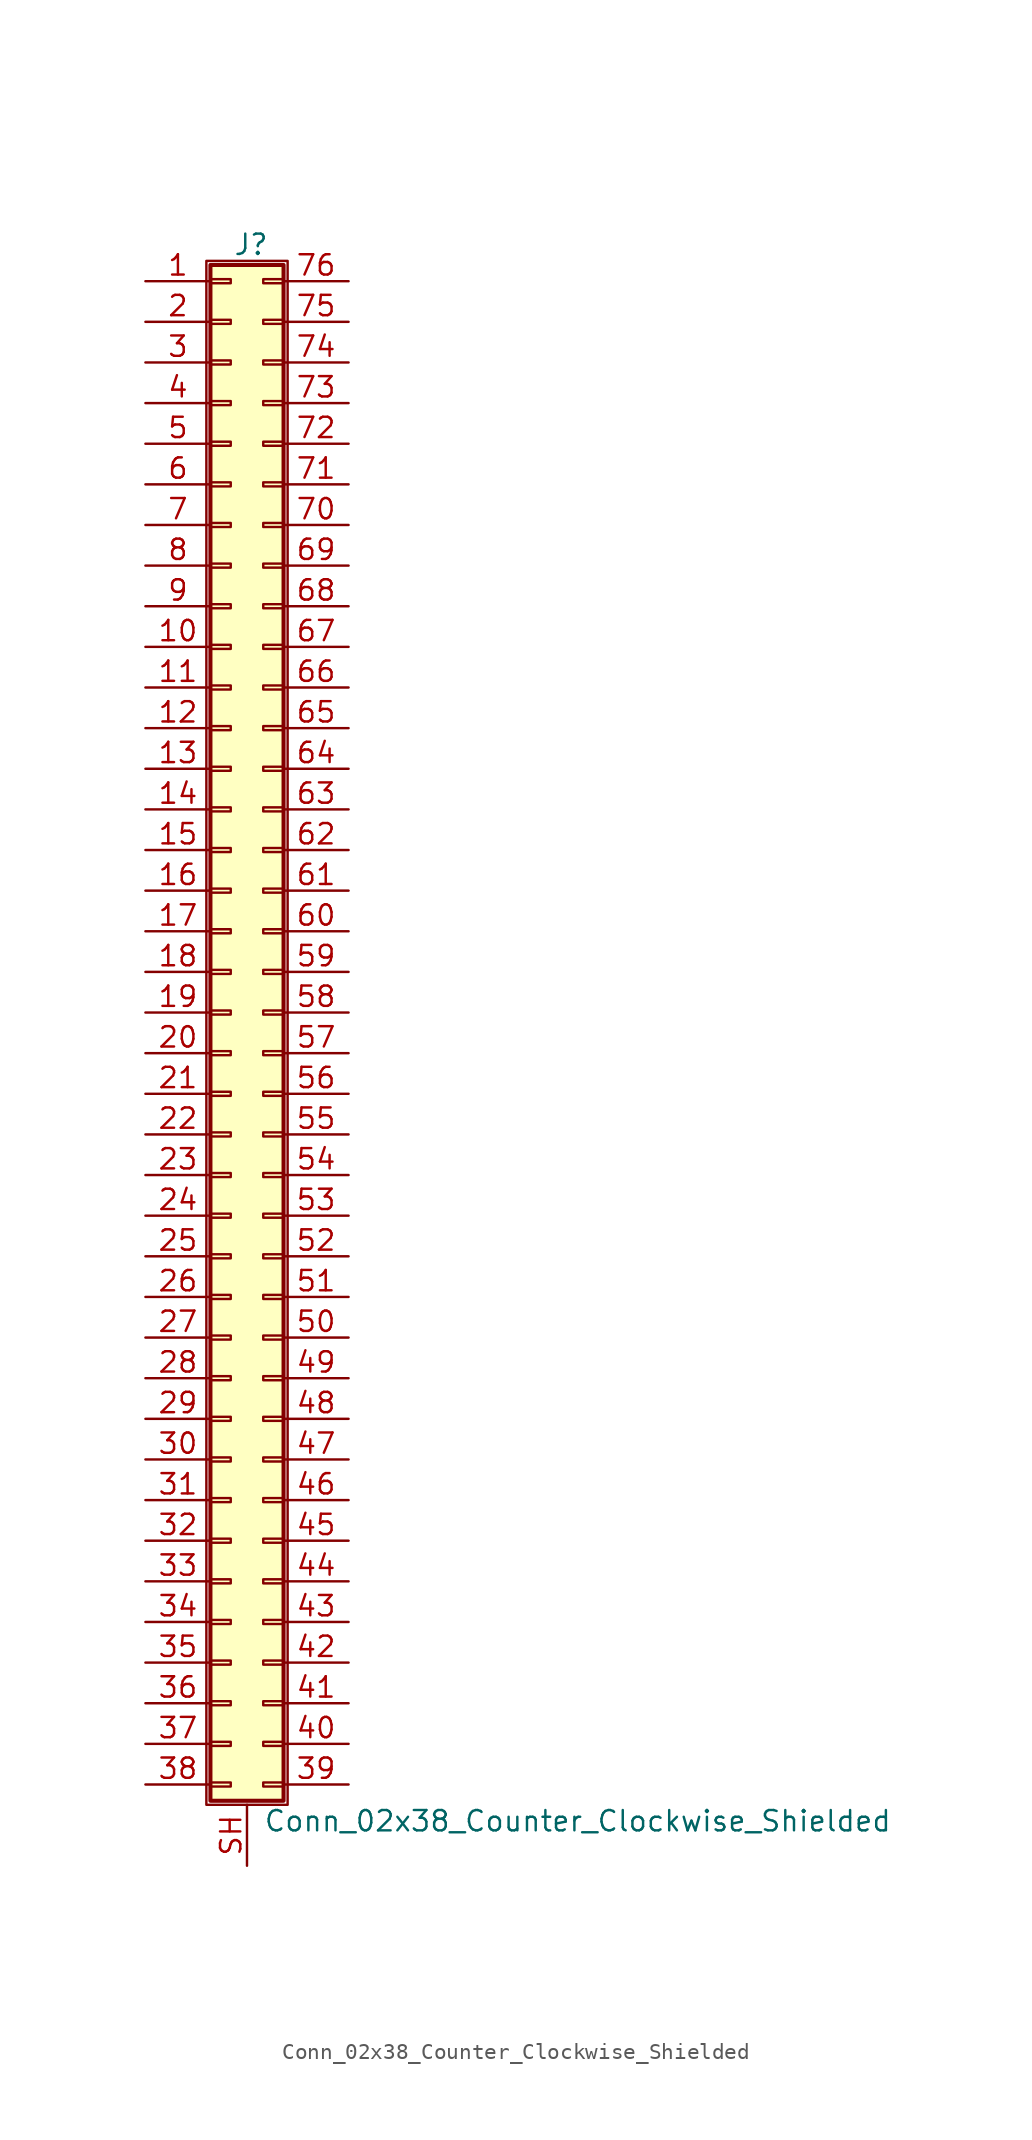
<source format=kicad_sym>
(kicad_symbol_lib
  (version 20220914)
  (generator kicad_symbol_editor)
  (symbol "Conn_02x38_Counter_Clockwise_Shielded"
    (pin_names
      (offset 1.016) hide)
    (property "Reference" "J"
      (at 1.524 48.006 0)
      (effects (font (size 1.27 1.27))))
    (property "Value" "Conn_02x38_Counter_Clockwise_Shielded"
      (at 2.286 -50.546 0)
      (effects (font (size 1.27 1.27)) (justify left)))
    (symbol "Conn_02x38_Counter_Clockwise_Shielded_1_1"
      (rectangle (start -1.27 46.99) (end 3.81 -49.53) (stroke (width 0.152) (type default)) (fill (type none)))
      (rectangle (start -1.016 -48.133) (end 0.254 -48.387) (stroke (width 0.152) (type default)) (fill (type none)))
      (rectangle (start -1.016 -45.593) (end 0.254 -45.847) (stroke (width 0.152) (type default)) (fill (type none)))
      (rectangle (start -1.016 -43.053) (end 0.254 -43.307) (stroke (width 0.152) (type default)) (fill (type none)))
      (rectangle (start -1.016 -40.513) (end 0.254 -40.767) (stroke (width 0.152) (type default)) (fill (type none)))
      (rectangle (start -1.016 -37.973) (end 0.254 -38.227) (stroke (width 0.152) (type default)) (fill (type none)))
      (rectangle (start -1.016 -35.433) (end 0.254 -35.687) (stroke (width 0.152) (type default)) (fill (type none)))
      (rectangle (start -1.016 -32.893) (end 0.254 -33.147) (stroke (width 0.152) (type default)) (fill (type none)))
      (rectangle (start -1.016 -30.353) (end 0.254 -30.607) (stroke (width 0.152) (type default)) (fill (type none)))
      (rectangle (start -1.016 -27.813) (end 0.254 -28.067) (stroke (width 0.152) (type default)) (fill (type none)))
      (rectangle (start -1.016 -25.273) (end 0.254 -25.527) (stroke (width 0.152) (type default)) (fill (type none)))
      (rectangle (start -1.016 -22.733) (end 0.254 -22.987) (stroke (width 0.152) (type default)) (fill (type none)))
      (rectangle (start -1.016 -20.193) (end 0.254 -20.447) (stroke (width 0.152) (type default)) (fill (type none)))
      (rectangle (start -1.016 -17.653) (end 0.254 -17.907) (stroke (width 0.152) (type default)) (fill (type none)))
      (rectangle (start -1.016 -15.113) (end 0.254 -15.367) (stroke (width 0.152) (type default)) (fill (type none)))
      (rectangle (start -1.016 -12.573) (end 0.254 -12.827) (stroke (width 0.152) (type default)) (fill (type none)))
      (rectangle (start -1.016 -10.033) (end 0.254 -10.287) (stroke (width 0.152) (type default)) (fill (type none)))
      (rectangle (start -1.016 -7.493) (end 0.254 -7.747) (stroke (width 0.152) (type default)) (fill (type none)))
      (rectangle (start -1.016 -4.953) (end 0.254 -5.207) (stroke (width 0.152) (type default)) (fill (type none)))
      (rectangle (start -1.016 -2.413) (end 0.254 -2.667) (stroke (width 0.152) (type default)) (fill (type none)))
      (rectangle (start -1.016 0.127) (end 0.254 -0.127) (stroke (width 0.152) (type default)) (fill (type none)))
      (rectangle (start -1.016 2.667) (end 0.254 2.413) (stroke (width 0.152) (type default)) (fill (type none)))
      (rectangle (start -1.016 5.207) (end 0.254 4.953) (stroke (width 0.152) (type default)) (fill (type none)))
      (rectangle (start -1.016 7.747) (end 0.254 7.493) (stroke (width 0.152) (type default)) (fill (type none)))
      (rectangle (start -1.016 10.287) (end 0.254 10.033) (stroke (width 0.152) (type default)) (fill (type none)))
      (rectangle (start -1.016 12.827) (end 0.254 12.573) (stroke (width 0.152) (type default)) (fill (type none)))
      (rectangle (start -1.016 15.367) (end 0.254 15.113) (stroke (width 0.152) (type default)) (fill (type none)))
      (rectangle (start -1.016 17.907) (end 0.254 17.653) (stroke (width 0.152) (type default)) (fill (type none)))
      (rectangle (start -1.016 20.447) (end 0.254 20.193) (stroke (width 0.152) (type default)) (fill (type none)))
      (rectangle (start -1.016 22.987) (end 0.254 22.733) (stroke (width 0.152) (type default)) (fill (type none)))
      (rectangle (start -1.016 25.527) (end 0.254 25.273) (stroke (width 0.152) (type default)) (fill (type none)))
      (rectangle (start -1.016 28.067) (end 0.254 27.813) (stroke (width 0.152) (type default)) (fill (type none)))
      (rectangle (start -1.016 30.607) (end 0.254 30.353) (stroke (width 0.152) (type default)) (fill (type none)))
      (rectangle (start -1.016 33.147) (end 0.254 32.893) (stroke (width 0.152) (type default)) (fill (type none)))
      (rectangle (start -1.016 35.687) (end 0.254 35.433) (stroke (width 0.152) (type default)) (fill (type none)))
      (rectangle (start -1.016 38.227) (end 0.254 37.973) (stroke (width 0.152) (type default)) (fill (type none)))
      (rectangle (start -1.016 40.767) (end 0.254 40.513) (stroke (width 0.152) (type default)) (fill (type none)))
      (rectangle (start -1.016 43.307) (end 0.254 43.053) (stroke (width 0.152) (type default)) (fill (type none)))
      (rectangle (start -1.016 45.847) (end 0.254 45.593) (stroke (width 0.152) (type default)) (fill (type none)))
      (rectangle (start -1.016 46.736) (end 3.556 -49.276) (stroke (width 0.254) (type default)) (fill (type background)))
      (rectangle (start 3.556 -48.133) (end 2.286 -48.387) (stroke (width 0.152) (type default)) (fill (type none)))
      (rectangle (start 3.556 -45.593) (end 2.286 -45.847) (stroke (width 0.152) (type default)) (fill (type none)))
      (rectangle (start 3.556 -43.053) (end 2.286 -43.307) (stroke (width 0.152) (type default)) (fill (type none)))
      (rectangle (start 3.556 -40.513) (end 2.286 -40.767) (stroke (width 0.152) (type default)) (fill (type none)))
      (rectangle (start 3.556 -37.973) (end 2.286 -38.227) (stroke (width 0.152) (type default)) (fill (type none)))
      (rectangle (start 3.556 -35.433) (end 2.286 -35.687) (stroke (width 0.152) (type default)) (fill (type none)))
      (rectangle (start 3.556 -32.893) (end 2.286 -33.147) (stroke (width 0.152) (type default)) (fill (type none)))
      (rectangle (start 3.556 -30.353) (end 2.286 -30.607) (stroke (width 0.152) (type default)) (fill (type none)))
      (rectangle (start 3.556 -27.813) (end 2.286 -28.067) (stroke (width 0.152) (type default)) (fill (type none)))
      (rectangle (start 3.556 -25.273) (end 2.286 -25.527) (stroke (width 0.152) (type default)) (fill (type none)))
      (rectangle (start 3.556 -22.733) (end 2.286 -22.987) (stroke (width 0.152) (type default)) (fill (type none)))
      (rectangle (start 3.556 -20.193) (end 2.286 -20.447) (stroke (width 0.152) (type default)) (fill (type none)))
      (rectangle (start 3.556 -17.653) (end 2.286 -17.907) (stroke (width 0.152) (type default)) (fill (type none)))
      (rectangle (start 3.556 -15.113) (end 2.286 -15.367) (stroke (width 0.152) (type default)) (fill (type none)))
      (rectangle (start 3.556 -12.573) (end 2.286 -12.827) (stroke (width 0.152) (type default)) (fill (type none)))
      (rectangle (start 3.556 -10.033) (end 2.286 -10.287) (stroke (width 0.152) (type default)) (fill (type none)))
      (rectangle (start 3.556 -7.493) (end 2.286 -7.747) (stroke (width 0.152) (type default)) (fill (type none)))
      (rectangle (start 3.556 -4.953) (end 2.286 -5.207) (stroke (width 0.152) (type default)) (fill (type none)))
      (rectangle (start 3.556 -2.413) (end 2.286 -2.667) (stroke (width 0.152) (type default)) (fill (type none)))
      (rectangle (start 3.556 0.127) (end 2.286 -0.127) (stroke (width 0.152) (type default)) (fill (type none)))
      (rectangle (start 3.556 2.667) (end 2.286 2.413) (stroke (width 0.152) (type default)) (fill (type none)))
      (rectangle (start 3.556 5.207) (end 2.286 4.953) (stroke (width 0.152) (type default)) (fill (type none)))
      (rectangle (start 3.556 7.747) (end 2.286 7.493) (stroke (width 0.152) (type default)) (fill (type none)))
      (rectangle (start 3.556 10.287) (end 2.286 10.033) (stroke (width 0.152) (type default)) (fill (type none)))
      (rectangle (start 3.556 12.827) (end 2.286 12.573) (stroke (width 0.152) (type default)) (fill (type none)))
      (rectangle (start 3.556 15.367) (end 2.286 15.113) (stroke (width 0.152) (type default)) (fill (type none)))
      (rectangle (start 3.556 17.907) (end 2.286 17.653) (stroke (width 0.152) (type default)) (fill (type none)))
      (rectangle (start 3.556 20.447) (end 2.286 20.193) (stroke (width 0.152) (type default)) (fill (type none)))
      (rectangle (start 3.556 22.987) (end 2.286 22.733) (stroke (width 0.152) (type default)) (fill (type none)))
      (rectangle (start 3.556 25.527) (end 2.286 25.273) (stroke (width 0.152) (type default)) (fill (type none)))
      (rectangle (start 3.556 28.067) (end 2.286 27.813) (stroke (width 0.152) (type default)) (fill (type none)))
      (rectangle (start 3.556 30.607) (end 2.286 30.353) (stroke (width 0.152) (type default)) (fill (type none)))
      (rectangle (start 3.556 33.147) (end 2.286 32.893) (stroke (width 0.152) (type default)) (fill (type none)))
      (rectangle (start 3.556 35.687) (end 2.286 35.433) (stroke (width 0.152) (type default)) (fill (type none)))
      (rectangle (start 3.556 38.227) (end 2.286 37.973) (stroke (width 0.152) (type default)) (fill (type none)))
      (rectangle (start 3.556 40.767) (end 2.286 40.513) (stroke (width 0.152) (type default)) (fill (type none)))
      (rectangle (start 3.556 43.307) (end 2.286 43.053) (stroke (width 0.152) (type default)) (fill (type none)))
      (rectangle (start 3.556 45.847) (end 2.286 45.593) (stroke (width 0.152) (type default)) (fill (type none)))
      (pin passive line (at -5.08 45.72 0) (length 4.064) (name "Pin_1" (effects (font (size 1.27 1.27)))) (number "1" (effects (font (size 1.27 1.27)))))
      (pin passive line (at -5.08 22.86 0) (length 4.064) (name "Pin_10" (effects (font (size 1.27 1.27)))) (number "10" (effects (font (size 1.27 1.27)))))
      (pin passive line (at -5.08 20.32 0) (length 4.064) (name "Pin_11" (effects (font (size 1.27 1.27)))) (number "11" (effects (font (size 1.27 1.27)))))
      (pin passive line (at -5.08 17.78 0) (length 4.064) (name "Pin_12" (effects (font (size 1.27 1.27)))) (number "12" (effects (font (size 1.27 1.27)))))
      (pin passive line (at -5.08 15.24 0) (length 4.064) (name "Pin_13" (effects (font (size 1.27 1.27)))) (number "13" (effects (font (size 1.27 1.27)))))
      (pin passive line (at -5.08 12.7 0) (length 4.064) (name "Pin_14" (effects (font (size 1.27 1.27)))) (number "14" (effects (font (size 1.27 1.27)))))
      (pin passive line (at -5.08 10.16 0) (length 4.064) (name "Pin_15" (effects (font (size 1.27 1.27)))) (number "15" (effects (font (size 1.27 1.27)))))
      (pin passive line (at -5.08 7.62 0) (length 4.064) (name "Pin_16" (effects (font (size 1.27 1.27)))) (number "16" (effects (font (size 1.27 1.27)))))
      (pin passive line (at -5.08 5.08 0) (length 4.064) (name "Pin_17" (effects (font (size 1.27 1.27)))) (number "17" (effects (font (size 1.27 1.27)))))
      (pin passive line (at -5.08 2.54 0) (length 4.064) (name "Pin_18" (effects (font (size 1.27 1.27)))) (number "18" (effects (font (size 1.27 1.27)))))
      (pin passive line (at -5.08 0 0) (length 4.064) (name "Pin_19" (effects (font (size 1.27 1.27)))) (number "19" (effects (font (size 1.27 1.27)))))
      (pin passive line (at -5.08 43.18 0) (length 4.064) (name "Pin_2" (effects (font (size 1.27 1.27)))) (number "2" (effects (font (size 1.27 1.27)))))
      (pin passive line (at -5.08 -2.54 0) (length 4.064) (name "Pin_20" (effects (font (size 1.27 1.27)))) (number "20" (effects (font (size 1.27 1.27)))))
      (pin passive line (at -5.08 -5.08 0) (length 4.064) (name "Pin_21" (effects (font (size 1.27 1.27)))) (number "21" (effects (font (size 1.27 1.27)))))
      (pin passive line (at -5.08 -7.62 0) (length 4.064) (name "Pin_22" (effects (font (size 1.27 1.27)))) (number "22" (effects (font (size 1.27 1.27)))))
      (pin passive line (at -5.08 -10.16 0) (length 4.064) (name "Pin_23" (effects (font (size 1.27 1.27)))) (number "23" (effects (font (size 1.27 1.27)))))
      (pin passive line (at -5.08 -12.7 0) (length 4.064) (name "Pin_24" (effects (font (size 1.27 1.27)))) (number "24" (effects (font (size 1.27 1.27)))))
      (pin passive line (at -5.08 -15.24 0) (length 4.064) (name "Pin_25" (effects (font (size 1.27 1.27)))) (number "25" (effects (font (size 1.27 1.27)))))
      (pin passive line (at -5.08 -17.78 0) (length 4.064) (name "Pin_26" (effects (font (size 1.27 1.27)))) (number "26" (effects (font (size 1.27 1.27)))))
      (pin passive line (at -5.08 -20.32 0) (length 4.064) (name "Pin_27" (effects (font (size 1.27 1.27)))) (number "27" (effects (font (size 1.27 1.27)))))
      (pin passive line (at -5.08 -22.86 0) (length 4.064) (name "Pin_28" (effects (font (size 1.27 1.27)))) (number "28" (effects (font (size 1.27 1.27)))))
      (pin passive line (at -5.08 -25.4 0) (length 4.064) (name "Pin_29" (effects (font (size 1.27 1.27)))) (number "29" (effects (font (size 1.27 1.27)))))
      (pin passive line (at -5.08 40.64 0) (length 4.064) (name "Pin_3" (effects (font (size 1.27 1.27)))) (number "3" (effects (font (size 1.27 1.27)))))
      (pin passive line (at -5.08 -27.94 0) (length 4.064) (name "Pin_30" (effects (font (size 1.27 1.27)))) (number "30" (effects (font (size 1.27 1.27)))))
      (pin passive line (at -5.08 -30.48 0) (length 4.064) (name "Pin_31" (effects (font (size 1.27 1.27)))) (number "31" (effects (font (size 1.27 1.27)))))
      (pin passive line (at -5.08 -33.02 0) (length 4.064) (name "Pin_32" (effects (font (size 1.27 1.27)))) (number "32" (effects (font (size 1.27 1.27)))))
      (pin passive line (at -5.08 -35.56 0) (length 4.064) (name "Pin_33" (effects (font (size 1.27 1.27)))) (number "33" (effects (font (size 1.27 1.27)))))
      (pin passive line (at -5.08 -38.1 0) (length 4.064) (name "Pin_34" (effects (font (size 1.27 1.27)))) (number "34" (effects (font (size 1.27 1.27)))))
      (pin passive line (at -5.08 -40.64 0) (length 4.064) (name "Pin_35" (effects (font (size 1.27 1.27)))) (number "35" (effects (font (size 1.27 1.27)))))
      (pin passive line (at -5.08 -43.18 0) (length 4.064) (name "Pin_36" (effects (font (size 1.27 1.27)))) (number "36" (effects (font (size 1.27 1.27)))))
      (pin passive line (at -5.08 -45.72 0) (length 4.064) (name "Pin_37" (effects (font (size 1.27 1.27)))) (number "37" (effects (font (size 1.27 1.27)))))
      (pin passive line (at -5.08 -48.26 0) (length 4.064) (name "Pin_38" (effects (font (size 1.27 1.27)))) (number "38" (effects (font (size 1.27 1.27)))))
      (pin passive line (at 7.62 -48.26 180) (length 4.064) (name "Pin_39" (effects (font (size 1.27 1.27)))) (number "39" (effects (font (size 1.27 1.27)))))
      (pin passive line (at -5.08 38.1 0) (length 4.064) (name "Pin_4" (effects (font (size 1.27 1.27)))) (number "4" (effects (font (size 1.27 1.27)))))
      (pin passive line (at 7.62 -45.72 180) (length 4.064) (name "Pin_40" (effects (font (size 1.27 1.27)))) (number "40" (effects (font (size 1.27 1.27)))))
      (pin passive line (at 7.62 -43.18 180) (length 4.064) (name "Pin_41" (effects (font (size 1.27 1.27)))) (number "41" (effects (font (size 1.27 1.27)))))
      (pin passive line (at 7.62 -40.64 180) (length 4.064) (name "Pin_42" (effects (font (size 1.27 1.27)))) (number "42" (effects (font (size 1.27 1.27)))))
      (pin passive line (at 7.62 -38.1 180) (length 4.064) (name "Pin_43" (effects (font (size 1.27 1.27)))) (number "43" (effects (font (size 1.27 1.27)))))
      (pin passive line (at 7.62 -35.56 180) (length 4.064) (name "Pin_44" (effects (font (size 1.27 1.27)))) (number "44" (effects (font (size 1.27 1.27)))))
      (pin passive line (at 7.62 -33.02 180) (length 4.064) (name "Pin_45" (effects (font (size 1.27 1.27)))) (number "45" (effects (font (size 1.27 1.27)))))
      (pin passive line (at 7.62 -30.48 180) (length 4.064) (name "Pin_46" (effects (font (size 1.27 1.27)))) (number "46" (effects (font (size 1.27 1.27)))))
      (pin passive line (at 7.62 -27.94 180) (length 4.064) (name "Pin_47" (effects (font (size 1.27 1.27)))) (number "47" (effects (font (size 1.27 1.27)))))
      (pin passive line (at 7.62 -25.4 180) (length 4.064) (name "Pin_48" (effects (font (size 1.27 1.27)))) (number "48" (effects (font (size 1.27 1.27)))))
      (pin passive line (at 7.62 -22.86 180) (length 4.064) (name "Pin_49" (effects (font (size 1.27 1.27)))) (number "49" (effects (font (size 1.27 1.27)))))
      (pin passive line (at -5.08 35.56 0) (length 4.064) (name "Pin_5" (effects (font (size 1.27 1.27)))) (number "5" (effects (font (size 1.27 1.27)))))
      (pin passive line (at 7.62 -20.32 180) (length 4.064) (name "Pin_50" (effects (font (size 1.27 1.27)))) (number "50" (effects (font (size 1.27 1.27)))))
      (pin passive line (at 7.62 -17.78 180) (length 4.064) (name "Pin_51" (effects (font (size 1.27 1.27)))) (number "51" (effects (font (size 1.27 1.27)))))
      (pin passive line (at 7.62 -15.24 180) (length 4.064) (name "Pin_52" (effects (font (size 1.27 1.27)))) (number "52" (effects (font (size 1.27 1.27)))))
      (pin passive line (at 7.62 -12.7 180) (length 4.064) (name "Pin_53" (effects (font (size 1.27 1.27)))) (number "53" (effects (font (size 1.27 1.27)))))
      (pin passive line (at 7.62 -10.16 180) (length 4.064) (name "Pin_54" (effects (font (size 1.27 1.27)))) (number "54" (effects (font (size 1.27 1.27)))))
      (pin passive line (at 7.62 -7.62 180) (length 4.064) (name "Pin_55" (effects (font (size 1.27 1.27)))) (number "55" (effects (font (size 1.27 1.27)))))
      (pin passive line (at 7.62 -5.08 180) (length 4.064) (name "Pin_56" (effects (font (size 1.27 1.27)))) (number "56" (effects (font (size 1.27 1.27)))))
      (pin passive line (at 7.62 -2.54 180) (length 4.064) (name "Pin_57" (effects (font (size 1.27 1.27)))) (number "57" (effects (font (size 1.27 1.27)))))
      (pin passive line (at 7.62 0 180) (length 4.064) (name "Pin_58" (effects (font (size 1.27 1.27)))) (number "58" (effects (font (size 1.27 1.27)))))
      (pin passive line (at 7.62 2.54 180) (length 4.064) (name "Pin_59" (effects (font (size 1.27 1.27)))) (number "59" (effects (font (size 1.27 1.27)))))
      (pin passive line (at -5.08 33.02 0) (length 4.064) (name "Pin_6" (effects (font (size 1.27 1.27)))) (number "6" (effects (font (size 1.27 1.27)))))
      (pin passive line (at 7.62 5.08 180) (length 4.064) (name "Pin_60" (effects (font (size 1.27 1.27)))) (number "60" (effects (font (size 1.27 1.27)))))
      (pin passive line (at 7.62 7.62 180) (length 4.064) (name "Pin_61" (effects (font (size 1.27 1.27)))) (number "61" (effects (font (size 1.27 1.27)))))
      (pin passive line (at 7.62 10.16 180) (length 4.064) (name "Pin_62" (effects (font (size 1.27 1.27)))) (number "62" (effects (font (size 1.27 1.27)))))
      (pin passive line (at 7.62 12.7 180) (length 4.064) (name "Pin_63" (effects (font (size 1.27 1.27)))) (number "63" (effects (font (size 1.27 1.27)))))
      (pin passive line (at 7.62 15.24 180) (length 4.064) (name "Pin_64" (effects (font (size 1.27 1.27)))) (number "64" (effects (font (size 1.27 1.27)))))
      (pin passive line (at 7.62 17.78 180) (length 4.064) (name "Pin_65" (effects (font (size 1.27 1.27)))) (number "65" (effects (font (size 1.27 1.27)))))
      (pin passive line (at 7.62 20.32 180) (length 4.064) (name "Pin_66" (effects (font (size 1.27 1.27)))) (number "66" (effects (font (size 1.27 1.27)))))
      (pin passive line (at 7.62 22.86 180) (length 4.064) (name "Pin_67" (effects (font (size 1.27 1.27)))) (number "67" (effects (font (size 1.27 1.27)))))
      (pin passive line (at 7.62 25.4 180) (length 4.064) (name "Pin_68" (effects (font (size 1.27 1.27)))) (number "68" (effects (font (size 1.27 1.27)))))
      (pin passive line (at 7.62 27.94 180) (length 4.064) (name "Pin_69" (effects (font (size 1.27 1.27)))) (number "69" (effects (font (size 1.27 1.27)))))
      (pin passive line (at -5.08 30.48 0) (length 4.064) (name "Pin_7" (effects (font (size 1.27 1.27)))) (number "7" (effects (font (size 1.27 1.27)))))
      (pin passive line (at 7.62 30.48 180) (length 4.064) (name "Pin_70" (effects (font (size 1.27 1.27)))) (number "70" (effects (font (size 1.27 1.27)))))
      (pin passive line (at 7.62 33.02 180) (length 4.064) (name "Pin_71" (effects (font (size 1.27 1.27)))) (number "71" (effects (font (size 1.27 1.27)))))
      (pin passive line (at 7.62 35.56 180) (length 4.064) (name "Pin_72" (effects (font (size 1.27 1.27)))) (number "72" (effects (font (size 1.27 1.27)))))
      (pin passive line (at 7.62 38.1 180) (length 4.064) (name "Pin_73" (effects (font (size 1.27 1.27)))) (number "73" (effects (font (size 1.27 1.27)))))
      (pin passive line (at 7.62 40.64 180) (length 4.064) (name "Pin_74" (effects (font (size 1.27 1.27)))) (number "74" (effects (font (size 1.27 1.27)))))
      (pin passive line (at 7.62 43.18 180) (length 4.064) (name "Pin_75" (effects (font (size 1.27 1.27)))) (number "75" (effects (font (size 1.27 1.27)))))
      (pin passive line (at 7.62 45.72 180) (length 4.064) (name "Pin_76" (effects (font (size 1.27 1.27)))) (number "76" (effects (font (size 1.27 1.27)))))
      (pin passive line (at -5.08 27.94 0) (length 4.064) (name "Pin_8" (effects (font (size 1.27 1.27)))) (number "8" (effects (font (size 1.27 1.27)))))
      (pin passive line (at -5.08 25.4 0) (length 4.064) (name "Pin_9" (effects (font (size 1.27 1.27)))) (number "9" (effects (font (size 1.27 1.27)))))
      (pin passive line (at 1.27 -53.34 90) (length 3.81) (name "Shield" (effects (font (size 1.27 1.27)))) (number "SH" (effects (font (size 1.27 1.27))))))))
</source>
